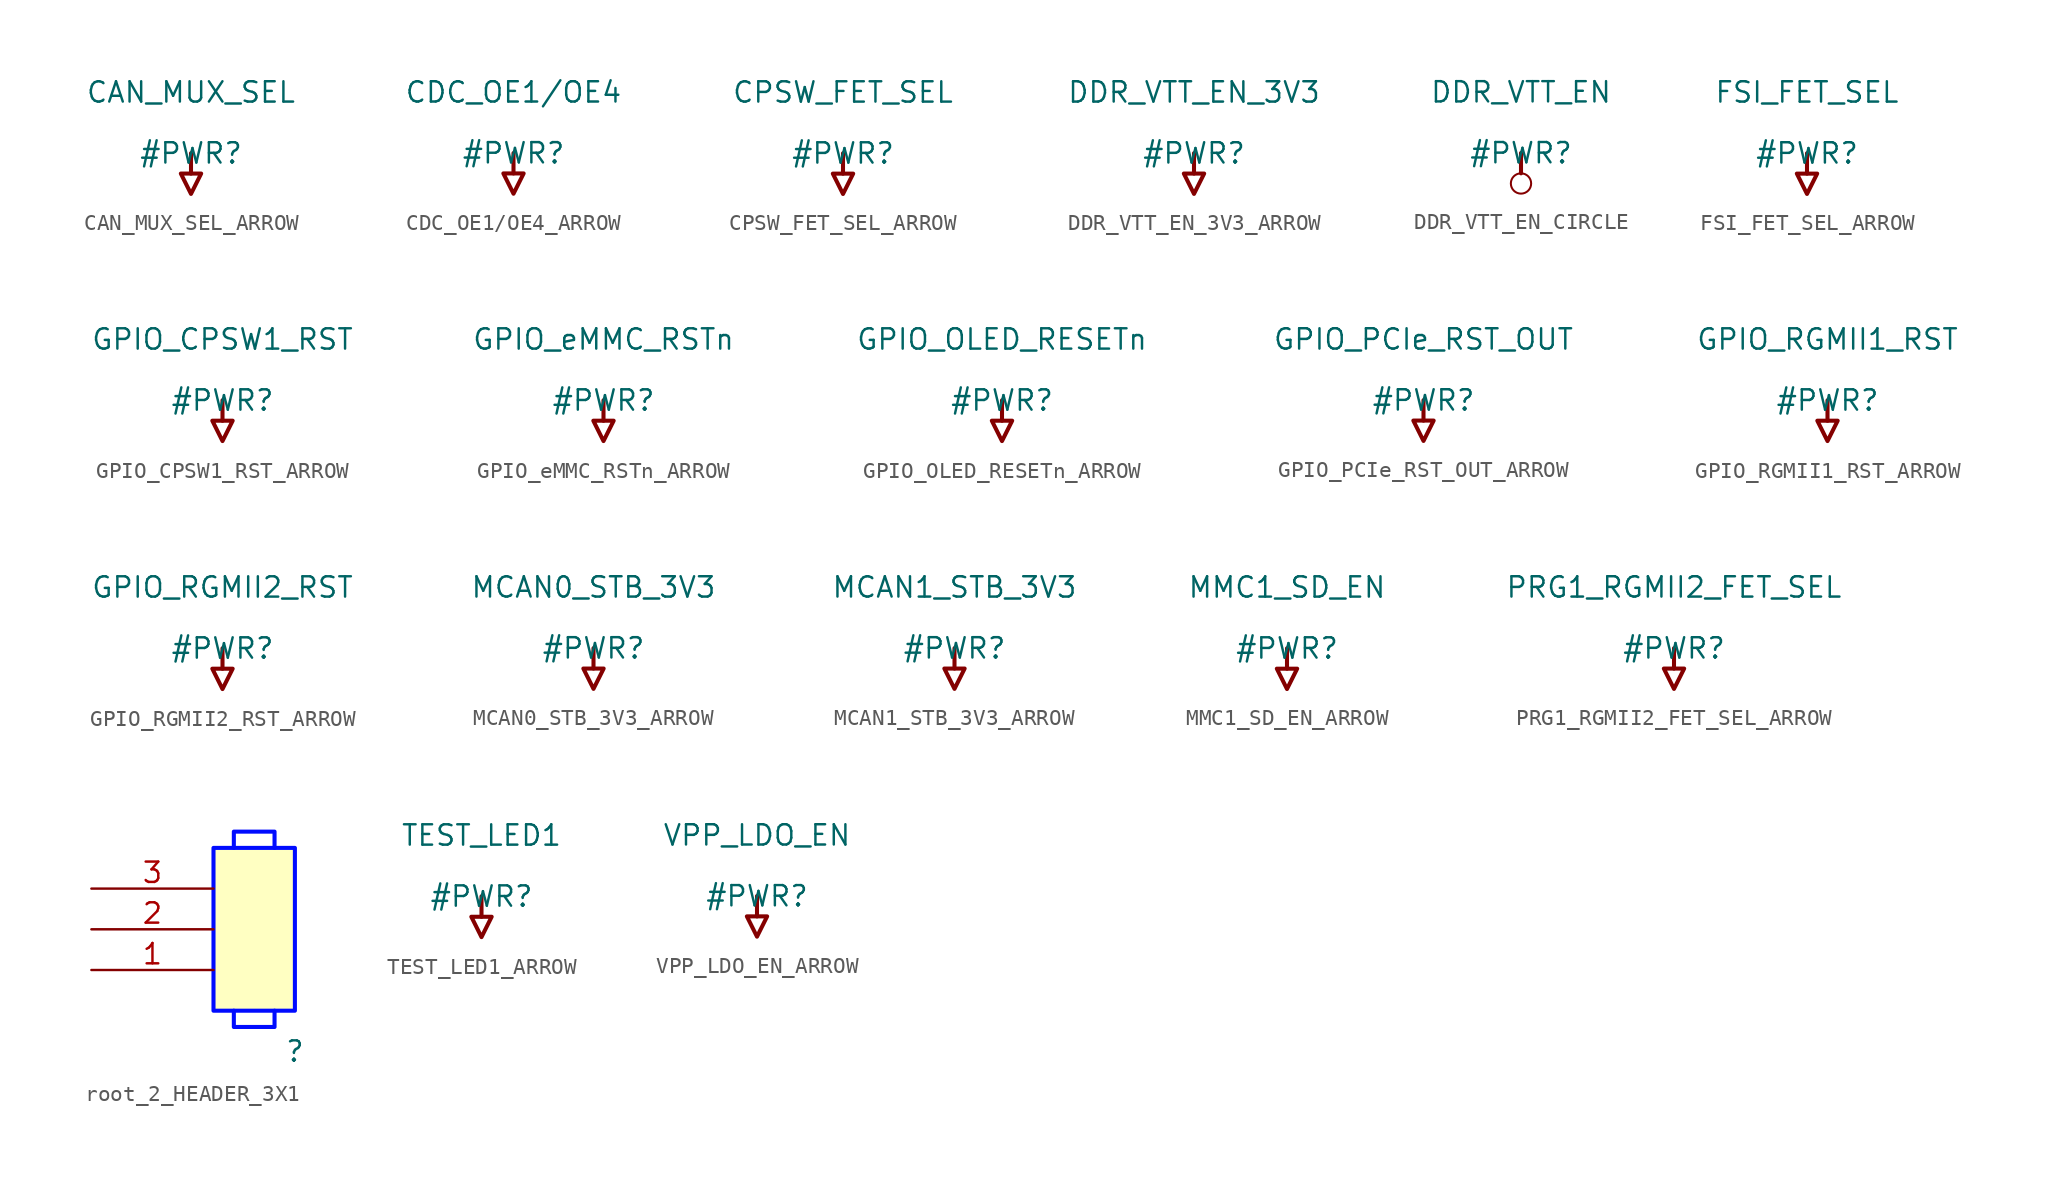
<source format=kicad_sym>
(kicad_symbol_lib
  (version 20231120)
  (generator "kicad_symbol_editor")
  (generator_version "8.0")
  (symbol "CAN_MUX_SEL_ARROW"
    (power)
    (property "Reference" "#PWR"
      (at 0 0 0)
      (effects (font (size 1.27 1.27))))
    (property "Value" "CAN_MUX_SEL"
      (at 0 3.81 0)
      (effects (font (size 1.27 1.27))))
    (symbol "CAN_MUX_SEL_ARROW_0_0"
      (polyline (pts (xy 0 0) (xy 0 -1.27)) (stroke (width 0.254) (type solid)) (fill (type none)))
      (polyline (pts (xy -0.635 -1.27) (xy 0.635 -1.27) (xy 0 -2.54) (xy -0.635 -1.27)) (stroke (width 0.254) (type solid)) (fill (type none)))
      (pin power_in line (at 0 0 0) (length 0) hide (name "CAN_MUX_SEL" (effects (font (size 1.27 1.27)))) (number "" (effects (font (size 1.27 1.27)))))))
  (symbol "CDC_OE1/OE4_ARROW"
    (power)
    (property "Reference" "#PWR"
      (at 0 0 0)
      (effects (font (size 1.27 1.27))))
    (property "Value" "CDC_OE1/OE4"
      (at 0 3.81 0)
      (effects (font (size 1.27 1.27))))
    (symbol "CDC_OE1/OE4_ARROW_0_0"
      (polyline (pts (xy 0 0) (xy 0 -1.27)) (stroke (width 0.254) (type solid)) (fill (type none)))
      (polyline (pts (xy -0.635 -1.27) (xy 0.635 -1.27) (xy 0 -2.54) (xy -0.635 -1.27)) (stroke (width 0.254) (type solid)) (fill (type none)))
      (pin power_in line (at 0 0 0) (length 0) hide (name "CDC_OE1/OE4" (effects (font (size 1.27 1.27)))) (number "" (effects (font (size 1.27 1.27)))))))
  (symbol "CPSW_FET_SEL_ARROW"
    (power)
    (property "Reference" "#PWR"
      (at 0 0 0)
      (effects (font (size 1.27 1.27))))
    (property "Value" "CPSW_FET_SEL"
      (at 0 3.81 0)
      (effects (font (size 1.27 1.27))))
    (symbol "CPSW_FET_SEL_ARROW_0_0"
      (polyline (pts (xy 0 0) (xy 0 -1.27)) (stroke (width 0.254) (type solid)) (fill (type none)))
      (polyline (pts (xy -0.635 -1.27) (xy 0.635 -1.27) (xy 0 -2.54) (xy -0.635 -1.27)) (stroke (width 0.254) (type solid)) (fill (type none)))
      (pin power_in line (at 0 0 0) (length 0) hide (name "CPSW_FET_SEL" (effects (font (size 1.27 1.27)))) (number "" (effects (font (size 1.27 1.27)))))))
  (symbol "DDR_VTT_EN_3V3_ARROW"
    (power)
    (property "Reference" "#PWR"
      (at 0 0 0)
      (effects (font (size 1.27 1.27))))
    (property "Value" "DDR_VTT_EN_3V3"
      (at 0 3.81 0)
      (effects (font (size 1.27 1.27))))
    (symbol "DDR_VTT_EN_3V3_ARROW_0_0"
      (polyline (pts (xy 0 0) (xy 0 -1.27)) (stroke (width 0.254) (type solid)) (fill (type none)))
      (polyline (pts (xy -0.635 -1.27) (xy 0.635 -1.27) (xy 0 -2.54) (xy -0.635 -1.27)) (stroke (width 0.254) (type solid)) (fill (type none)))
      (pin power_in line (at 0 0 0) (length 0) hide (name "DDR_VTT_EN_3V3" (effects (font (size 1.27 1.27)))) (number "" (effects (font (size 1.27 1.27)))))))
  (symbol "DDR_VTT_EN_CIRCLE"
    (power)
    (property "Reference" "#PWR"
      (at 0 0 0)
      (effects (font (size 1.27 1.27))))
    (property "Value" "DDR_VTT_EN"
      (at 0 3.81 0)
      (effects (font (size 1.27 1.27))))
    (symbol "DDR_VTT_EN_CIRCLE_0_0"
      (circle (center 0 -1.905) (radius 0.635) (stroke (width 0.127) (type solid)) (fill (type none)))
      (polyline (pts (xy 0 0) (xy 0 -1.27)) (stroke (width 0.254) (type solid)) (fill (type none)))
      (pin power_in line (at 0 0 0) (length 0) hide (name "DDR_VTT_EN" (effects (font (size 1.27 1.27)))) (number "" (effects (font (size 1.27 1.27)))))))
  (symbol "FSI_FET_SEL_ARROW"
    (power)
    (property "Reference" "#PWR"
      (at 0 0 0)
      (effects (font (size 1.27 1.27))))
    (property "Value" "FSI_FET_SEL"
      (at 0 3.81 0)
      (effects (font (size 1.27 1.27))))
    (symbol "FSI_FET_SEL_ARROW_0_0"
      (polyline (pts (xy 0 0) (xy 0 -1.27)) (stroke (width 0.254) (type solid)) (fill (type none)))
      (polyline (pts (xy -0.635 -1.27) (xy 0.635 -1.27) (xy 0 -2.54) (xy -0.635 -1.27)) (stroke (width 0.254) (type solid)) (fill (type none)))
      (pin power_in line (at 0 0 0) (length 0) hide (name "FSI_FET_SEL" (effects (font (size 1.27 1.27)))) (number "" (effects (font (size 1.27 1.27)))))))
  (symbol "GPIO_CPSW1_RST_ARROW"
    (power)
    (property "Reference" "#PWR"
      (at 0 0 0)
      (effects (font (size 1.27 1.27))))
    (property "Value" "GPIO_CPSW1_RST"
      (at 0 3.81 0)
      (effects (font (size 1.27 1.27))))
    (symbol "GPIO_CPSW1_RST_ARROW_0_0"
      (polyline (pts (xy 0 0) (xy 0 -1.27)) (stroke (width 0.254) (type solid)) (fill (type none)))
      (polyline (pts (xy -0.635 -1.27) (xy 0.635 -1.27) (xy 0 -2.54) (xy -0.635 -1.27)) (stroke (width 0.254) (type solid)) (fill (type none)))
      (pin power_in line (at 0 0 0) (length 0) hide (name "GPIO_CPSW1_RST" (effects (font (size 1.27 1.27)))) (number "" (effects (font (size 1.27 1.27)))))))
  (symbol "GPIO_eMMC_RSTn_ARROW"
    (power)
    (property "Reference" "#PWR"
      (at 0 0 0)
      (effects (font (size 1.27 1.27))))
    (property "Value" "GPIO_eMMC_RSTn"
      (at 0 3.81 0)
      (effects (font (size 1.27 1.27))))
    (symbol "GPIO_eMMC_RSTn_ARROW_0_0"
      (polyline (pts (xy 0 0) (xy 0 -1.27)) (stroke (width 0.254) (type solid)) (fill (type none)))
      (polyline (pts (xy -0.635 -1.27) (xy 0.635 -1.27) (xy 0 -2.54) (xy -0.635 -1.27)) (stroke (width 0.254) (type solid)) (fill (type none)))
      (pin power_in line (at 0 0 0) (length 0) hide (name "GPIO_eMMC_RSTn" (effects (font (size 1.27 1.27)))) (number "" (effects (font (size 1.27 1.27)))))))
  (symbol "GPIO_OLED_RESETn_ARROW"
    (power)
    (property "Reference" "#PWR"
      (at 0 0 0)
      (effects (font (size 1.27 1.27))))
    (property "Value" "GPIO_OLED_RESETn"
      (at 0 3.81 0)
      (effects (font (size 1.27 1.27))))
    (symbol "GPIO_OLED_RESETn_ARROW_0_0"
      (polyline (pts (xy 0 0) (xy 0 -1.27)) (stroke (width 0.254) (type solid)) (fill (type none)))
      (polyline (pts (xy -0.635 -1.27) (xy 0.635 -1.27) (xy 0 -2.54) (xy -0.635 -1.27)) (stroke (width 0.254) (type solid)) (fill (type none)))
      (pin power_in line (at 0 0 0) (length 0) hide (name "GPIO_OLED_RESETn" (effects (font (size 1.27 1.27)))) (number "" (effects (font (size 1.27 1.27)))))))
  (symbol "GPIO_PCIe_RST_OUT_ARROW"
    (power)
    (property "Reference" "#PWR"
      (at 0 0 0)
      (effects (font (size 1.27 1.27))))
    (property "Value" "GPIO_PCIe_RST_OUT"
      (at 0 3.81 0)
      (effects (font (size 1.27 1.27))))
    (symbol "GPIO_PCIe_RST_OUT_ARROW_0_0"
      (polyline (pts (xy 0 0) (xy 0 -1.27)) (stroke (width 0.254) (type solid)) (fill (type none)))
      (polyline (pts (xy -0.635 -1.27) (xy 0.635 -1.27) (xy 0 -2.54) (xy -0.635 -1.27)) (stroke (width 0.254) (type solid)) (fill (type none)))
      (pin power_in line (at 0 0 0) (length 0) hide (name "GPIO_PCIe_RST_OUT" (effects (font (size 1.27 1.27)))) (number "" (effects (font (size 1.27 1.27)))))))
  (symbol "GPIO_RGMII1_RST_ARROW"
    (power)
    (property "Reference" "#PWR"
      (at 0 0 0)
      (effects (font (size 1.27 1.27))))
    (property "Value" "GPIO_RGMII1_RST"
      (at 0 3.81 0)
      (effects (font (size 1.27 1.27))))
    (symbol "GPIO_RGMII1_RST_ARROW_0_0"
      (polyline (pts (xy 0 0) (xy 0 -1.27)) (stroke (width 0.254) (type solid)) (fill (type none)))
      (polyline (pts (xy -0.635 -1.27) (xy 0.635 -1.27) (xy 0 -2.54) (xy -0.635 -1.27)) (stroke (width 0.254) (type solid)) (fill (type none)))
      (pin power_in line (at 0 0 0) (length 0) hide (name "GPIO_RGMII1_RST" (effects (font (size 1.27 1.27)))) (number "" (effects (font (size 1.27 1.27)))))))
  (symbol "GPIO_RGMII2_RST_ARROW"
    (power)
    (property "Reference" "#PWR"
      (at 0 0 0)
      (effects (font (size 1.27 1.27))))
    (property "Value" "GPIO_RGMII2_RST"
      (at 0 3.81 0)
      (effects (font (size 1.27 1.27))))
    (symbol "GPIO_RGMII2_RST_ARROW_0_0"
      (polyline (pts (xy 0 0) (xy 0 -1.27)) (stroke (width 0.254) (type solid)) (fill (type none)))
      (polyline (pts (xy -0.635 -1.27) (xy 0.635 -1.27) (xy 0 -2.54) (xy -0.635 -1.27)) (stroke (width 0.254) (type solid)) (fill (type none)))
      (pin power_in line (at 0 0 0) (length 0) hide (name "GPIO_RGMII2_RST" (effects (font (size 1.27 1.27)))) (number "" (effects (font (size 1.27 1.27)))))))
  (symbol "MCAN0_STB_3V3_ARROW"
    (power)
    (property "Reference" "#PWR"
      (at 0 0 0)
      (effects (font (size 1.27 1.27))))
    (property "Value" "MCAN0_STB_3V3"
      (at 0 3.81 0)
      (effects (font (size 1.27 1.27))))
    (symbol "MCAN0_STB_3V3_ARROW_0_0"
      (polyline (pts (xy 0 0) (xy 0 -1.27)) (stroke (width 0.254) (type solid)) (fill (type none)))
      (polyline (pts (xy -0.635 -1.27) (xy 0.635 -1.27) (xy 0 -2.54) (xy -0.635 -1.27)) (stroke (width 0.254) (type solid)) (fill (type none)))
      (pin power_in line (at 0 0 0) (length 0) hide (name "MCAN0_STB_3V3" (effects (font (size 1.27 1.27)))) (number "" (effects (font (size 1.27 1.27)))))))
  (symbol "MCAN1_STB_3V3_ARROW"
    (power)
    (property "Reference" "#PWR"
      (at 0 0 0)
      (effects (font (size 1.27 1.27))))
    (property "Value" "MCAN1_STB_3V3"
      (at 0 3.81 0)
      (effects (font (size 1.27 1.27))))
    (symbol "MCAN1_STB_3V3_ARROW_0_0"
      (polyline (pts (xy 0 0) (xy 0 -1.27)) (stroke (width 0.254) (type solid)) (fill (type none)))
      (polyline (pts (xy -0.635 -1.27) (xy 0.635 -1.27) (xy 0 -2.54) (xy -0.635 -1.27)) (stroke (width 0.254) (type solid)) (fill (type none)))
      (pin power_in line (at 0 0 0) (length 0) hide (name "MCAN1_STB_3V3" (effects (font (size 1.27 1.27)))) (number "" (effects (font (size 1.27 1.27)))))))
  (symbol "MMC1_SD_EN_ARROW"
    (power)
    (property "Reference" "#PWR"
      (at 0 0 0)
      (effects (font (size 1.27 1.27))))
    (property "Value" "MMC1_SD_EN"
      (at 0 3.81 0)
      (effects (font (size 1.27 1.27))))
    (symbol "MMC1_SD_EN_ARROW_0_0"
      (polyline (pts (xy 0 0) (xy 0 -1.27)) (stroke (width 0.254) (type solid)) (fill (type none)))
      (polyline (pts (xy -0.635 -1.27) (xy 0.635 -1.27) (xy 0 -2.54) (xy -0.635 -1.27)) (stroke (width 0.254) (type solid)) (fill (type none)))
      (pin power_in line (at 0 0 0) (length 0) hide (name "MMC1_SD_EN" (effects (font (size 1.27 1.27)))) (number "" (effects (font (size 1.27 1.27)))))))
  (symbol "PRG1_RGMII2_FET_SEL_ARROW"
    (power)
    (property "Reference" "#PWR"
      (at 0 0 0)
      (effects (font (size 1.27 1.27))))
    (property "Value" "PRG1_RGMII2_FET_SEL"
      (at 0 3.81 0)
      (effects (font (size 1.27 1.27))))
    (symbol "PRG1_RGMII2_FET_SEL_ARROW_0_0"
      (polyline (pts (xy 0 0) (xy 0 -1.27)) (stroke (width 0.254) (type solid)) (fill (type none)))
      (polyline (pts (xy -0.635 -1.27) (xy 0.635 -1.27) (xy 0 -2.54) (xy -0.635 -1.27)) (stroke (width 0.254) (type solid)) (fill (type none)))
      (pin power_in line (at 0 0 0) (length 0) hide (name "PRG1_RGMII2_FET_SEL" (effects (font (size 1.27 1.27)))) (number "" (effects (font (size 1.27 1.27)))))))
  (symbol "root_2_HEADER_3X1"
    (property "Reference" ""
      (at 0 0 0)
      (effects (font (size 1.27 1.27))))
    (property "Value" ""
      (at 0 0 0)
      (effects (font (size 1.27 1.27))))
    (symbol "root_2_HEADER_3X1_1_0"
      (polyline (pts (xy -3.81 2.54) (xy -3.81 2.286) (xy -3.81 1.524) (xy -1.27 1.524) (xy -1.27 2.54)) (stroke (width 0.254) (type solid) (color 0 11 255 1)) (fill (type none)))
      (polyline (pts (xy -1.27 12.7) (xy -1.27 12.954) (xy -1.27 13.716) (xy -3.81 13.716) (xy -3.81 12.7)) (stroke (width 0.254) (type solid) (color 0 11 255 1)) (fill (type none)))
      (rectangle (start 0 12.7) (end -5.08 2.54) (stroke (width 0.254) (type solid) (color 0 11 255 1)) (fill (type background)))
      (pin passive line (at -12.7 5.08 0) (length 7.62) (name "1" (effects (font (size 0 0)))) (number "1" (effects (font (size 1.27 1.27)))))
      (pin passive line (at -12.7 7.62 0) (length 7.62) (name "2" (effects (font (size 0 0)))) (number "2" (effects (font (size 1.27 1.27)))))
      (pin passive line (at -12.7 10.16 0) (length 7.62) (name "3" (effects (font (size 0 0)))) (number "3" (effects (font (size 1.27 1.27)))))))
  (symbol "TEST_LED1_ARROW"
    (power)
    (property "Reference" "#PWR"
      (at 0 0 0)
      (effects (font (size 1.27 1.27))))
    (property "Value" "TEST_LED1"
      (at 0 3.81 0)
      (effects (font (size 1.27 1.27))))
    (symbol "TEST_LED1_ARROW_0_0"
      (polyline (pts (xy 0 0) (xy 0 -1.27)) (stroke (width 0.254) (type solid)) (fill (type none)))
      (polyline (pts (xy -0.635 -1.27) (xy 0.635 -1.27) (xy 0 -2.54) (xy -0.635 -1.27)) (stroke (width 0.254) (type solid)) (fill (type none)))
      (pin power_in line (at 0 0 0) (length 0) hide (name "TEST_LED1" (effects (font (size 1.27 1.27)))) (number "" (effects (font (size 1.27 1.27)))))))
  (symbol "VPP_LDO_EN_ARROW"
    (power)
    (property "Reference" "#PWR"
      (at 0 0 0)
      (effects (font (size 1.27 1.27))))
    (property "Value" "VPP_LDO_EN"
      (at 0 3.81 0)
      (effects (font (size 1.27 1.27))))
    (symbol "VPP_LDO_EN_ARROW_0_0"
      (polyline (pts (xy 0 0) (xy 0 -1.27)) (stroke (width 0.254) (type solid)) (fill (type none)))
      (polyline (pts (xy -0.635 -1.27) (xy 0.635 -1.27) (xy 0 -2.54) (xy -0.635 -1.27)) (stroke (width 0.254) (type solid)) (fill (type none)))
      (pin power_in line (at 0 0 0) (length 0) hide (name "VPP_LDO_EN" (effects (font (size 1.27 1.27)))) (number "" (effects (font (size 1.27 1.27))))))))
</source>
